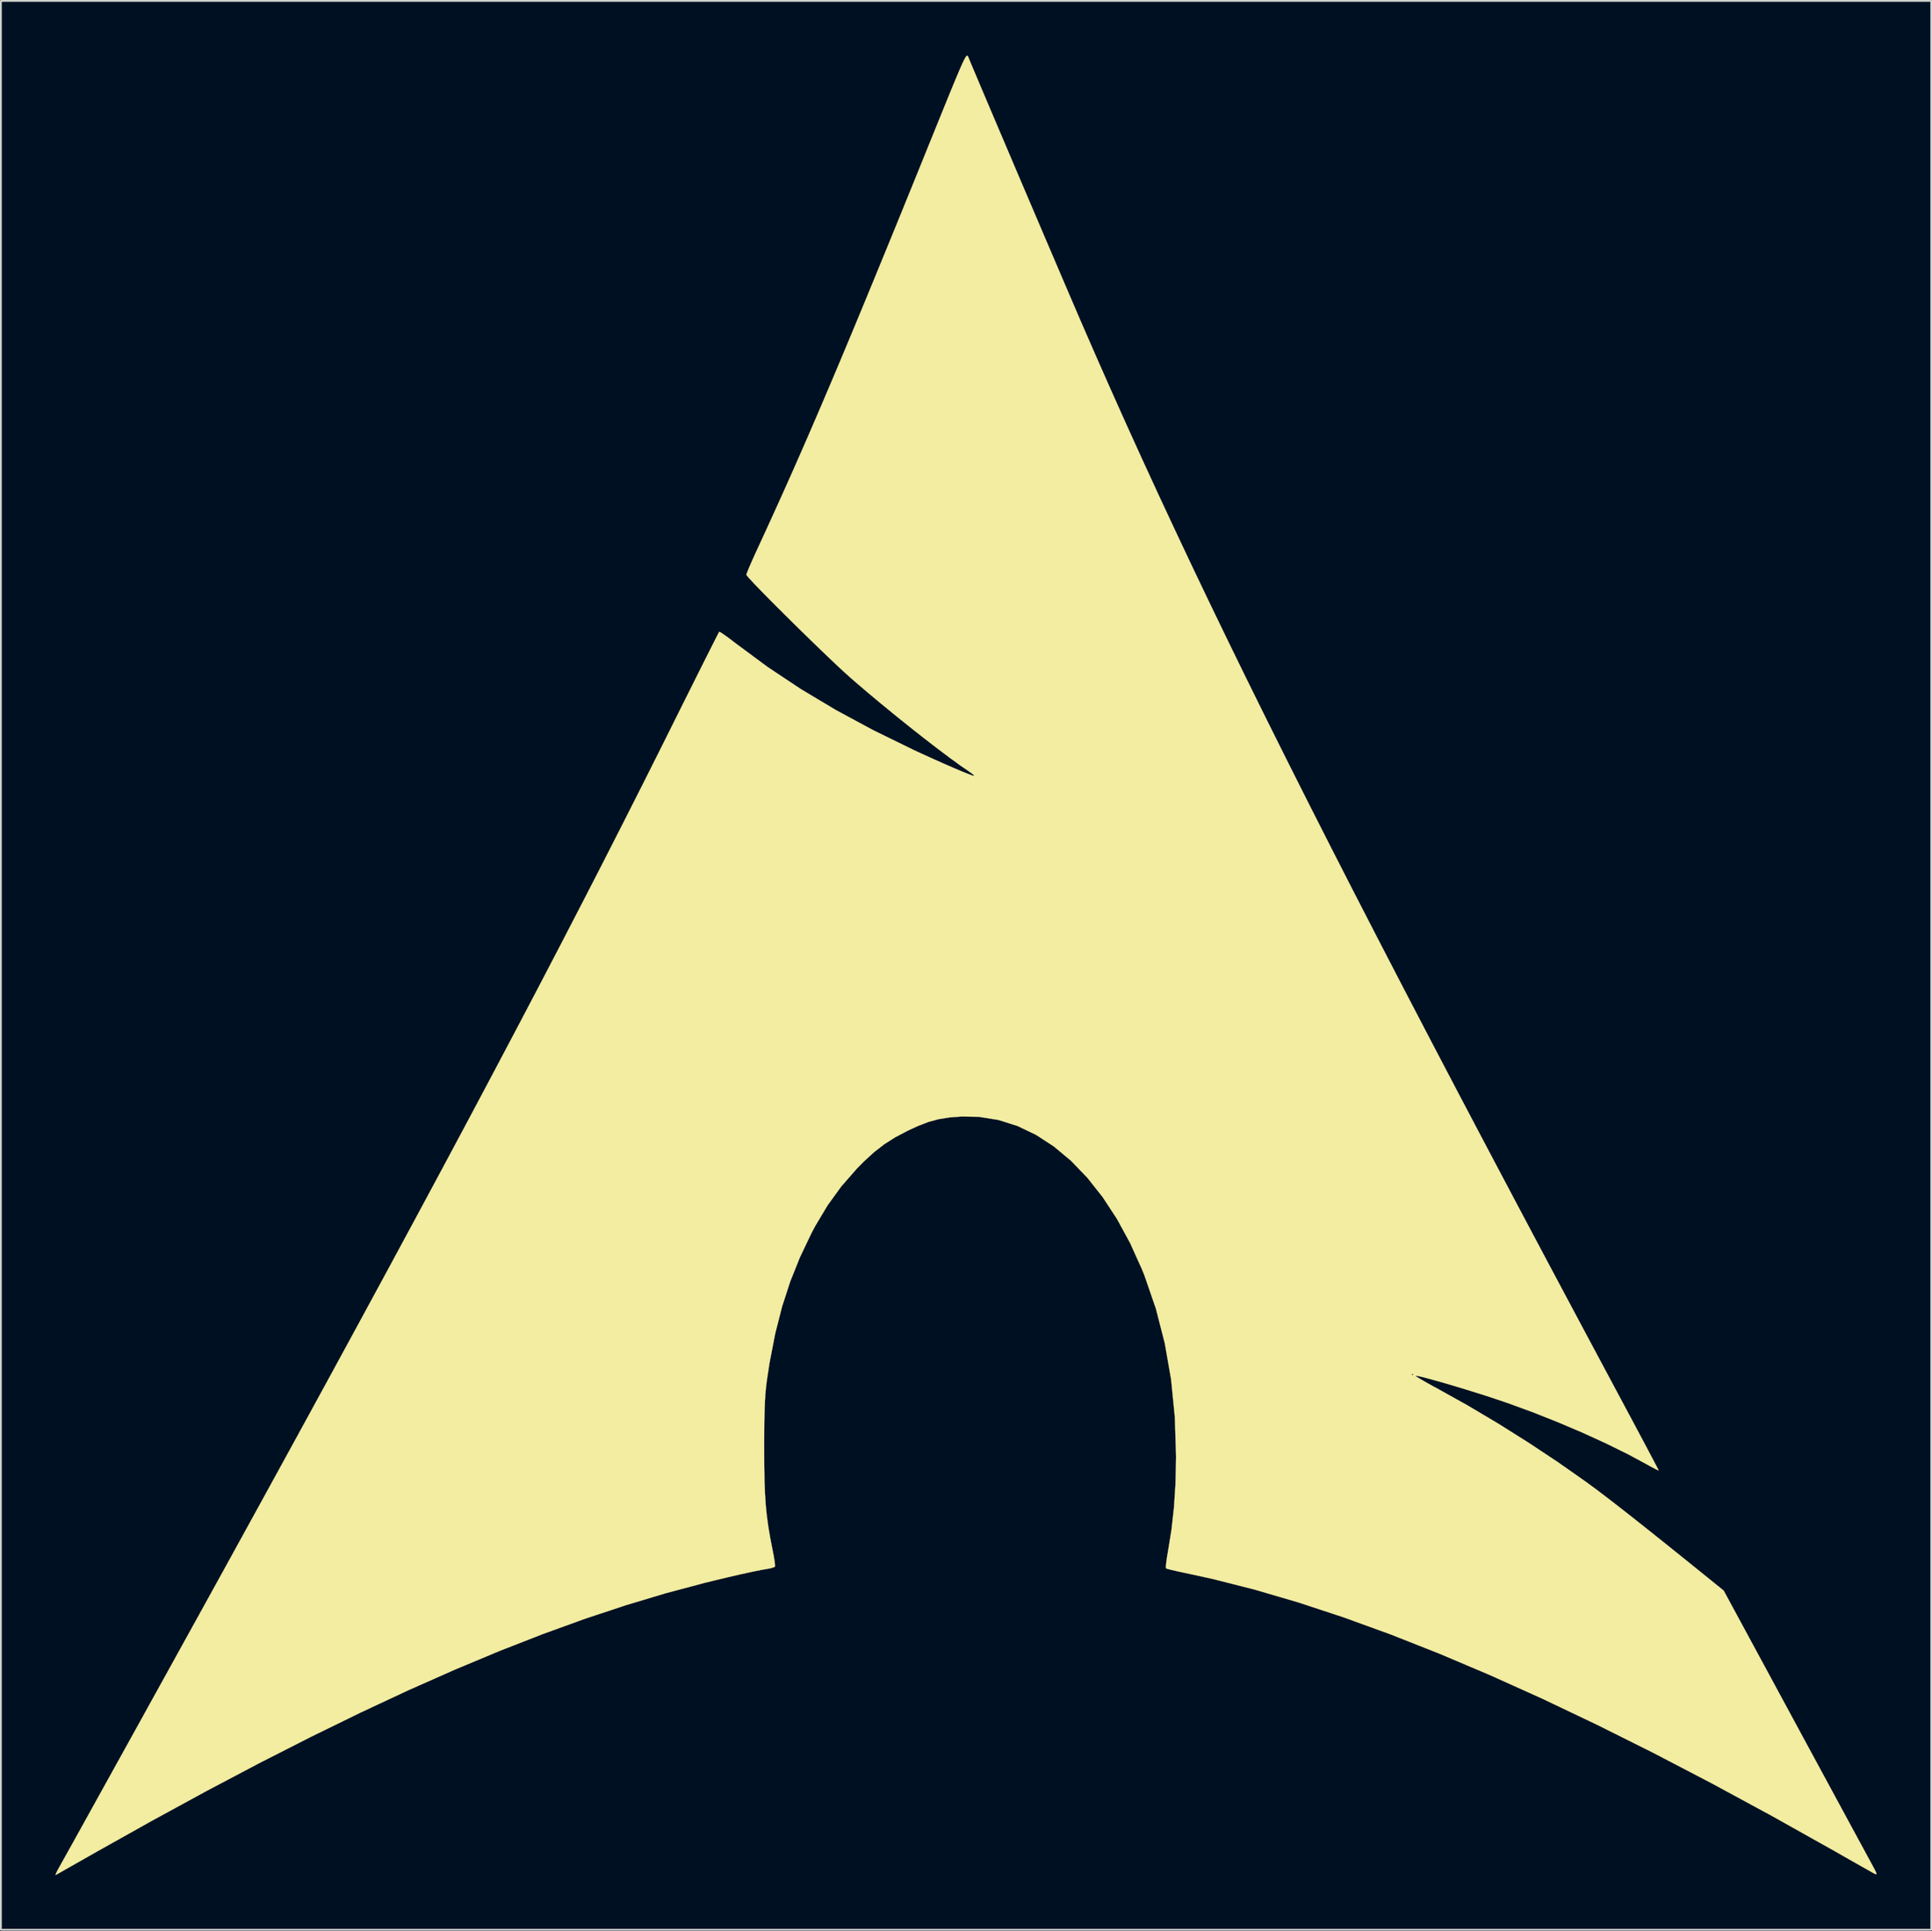
<source format=kicad_pcb>
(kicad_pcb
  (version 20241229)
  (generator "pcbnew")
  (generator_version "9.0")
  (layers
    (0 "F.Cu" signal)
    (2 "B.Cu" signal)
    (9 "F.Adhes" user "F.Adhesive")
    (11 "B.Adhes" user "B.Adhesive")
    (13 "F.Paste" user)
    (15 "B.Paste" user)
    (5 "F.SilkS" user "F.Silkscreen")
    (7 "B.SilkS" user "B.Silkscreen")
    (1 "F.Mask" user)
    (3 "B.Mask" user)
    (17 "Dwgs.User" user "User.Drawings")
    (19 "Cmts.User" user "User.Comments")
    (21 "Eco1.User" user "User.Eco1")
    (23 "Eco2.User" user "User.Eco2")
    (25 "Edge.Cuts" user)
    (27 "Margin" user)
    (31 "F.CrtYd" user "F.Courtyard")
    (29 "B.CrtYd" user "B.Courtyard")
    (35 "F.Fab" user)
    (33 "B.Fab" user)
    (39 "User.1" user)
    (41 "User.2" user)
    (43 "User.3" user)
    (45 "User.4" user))
  (footprint "arch"
    (layer "F.Cu")
    (at 50.335 50.295)
    (property "Reference" "arch" (at 0 0 0) (layer "F.SilkS") (effects (font (size 1.524 1.524) (thickness 0.3))))
    (attr through_hole)
    (fp_poly (pts (xy -0.307 -50.273) (xy -0.282 -50.23) (xy -0.267 -50.193) (xy -0.174 -49.969) (xy -0.021 -49.603) (xy 0.187 -49.111) (xy 0.442 -48.507) (xy 0.74 -47.805) (xy 1.073 -47.02) (xy 1.435 -46.167) (xy 1.821 -45.261) (xy 2.223 -44.315) (xy 2.636 -43.344) (xy 3.054 -42.363) (xy 3.471 -41.387) (xy 3.879 -40.429) (xy 4.274 -39.505) (xy 4.648 -38.629) (xy 4.996 -37.816) (xy 5.311 -37.08) (xy 5.588 -36.436) (xy 5.819 -35.898) (xy 5.947 -35.602) (xy 6.748 -33.765) (xy 7.563 -31.92) (xy 8.396 -30.06) (xy 9.25 -28.18) (xy 10.127 -26.273) (xy 11.031 -24.334) (xy 11.964 -22.356) (xy 12.93 -20.334) (xy 13.932 -18.261) (xy 14.972 -16.132) (xy 16.054 -13.941) (xy 17.181 -11.681) (xy 18.355 -9.347) (xy 19.58 -6.932) (xy 20.859 -4.43) (xy 22.195 -1.836) (xy 23.59 0.856) (xy 25.048 3.653) (xy 26.572 6.561) (xy 28.165 9.585) (xy 29.829 12.731) (xy 31.568 16.006) (xy 33.385 19.416) (xy 35.283 22.966) (xy 35.423 23.228) (xy 35.831 23.992) (xy 36.215 24.709) (xy 36.565 25.368) (xy 36.877 25.953) (xy 37.141 26.452) (xy 37.351 26.85) (xy 37.5 27.134) (xy 37.58 27.29) (xy 37.592 27.316) (xy 37.524 27.295) (xy 37.344 27.205) (xy 37.086 27.065) (xy 36.978 27.004) (xy 35.915 26.431) (xy 34.72 25.842) (xy 33.431 25.252) (xy 32.082 24.678) (xy 30.71 24.133) (xy 29.349 23.634) (xy 28.363 23.301) (xy 27.736 23.1) (xy 27.102 22.903) (xy 26.483 22.715) (xy 25.899 22.542) (xy 25.371 22.391) (xy 24.921 22.267) (xy 24.57 22.177) (xy 24.339 22.126) (xy 24.248 22.121) (xy 24.307 22.171) (xy 24.492 22.287) (xy 24.781 22.455) (xy 25.152 22.662) (xy 25.546 22.877) (xy 27.135 23.764) (xy 28.782 24.743) (xy 30.437 25.784) (xy 32.05 26.853) (xy 33.57 27.919) (xy 34.121 28.323) (xy 34.646 28.72) (xy 35.297 29.222) (xy 36.071 29.828) (xy 36.963 30.535) (xy 37.97 31.338) (xy 39.088 32.237) (xy 40.285 33.203) (xy 41.158 33.909) (xy 45.028 41.063) (xy 45.588 42.099) (xy 46.132 43.103) (xy 46.653 44.065) (xy 47.144 44.973) (xy 47.6 45.815) (xy 48.014 46.58) (xy 48.381 47.257) (xy 48.693 47.833) (xy 48.946 48.298) (xy 49.131 48.64) (xy 49.245 48.848) (xy 49.262 48.88) (xy 49.429 49.19) (xy 49.519 49.377) (xy 49.537 49.461) (xy 49.49 49.466) (xy 49.43 49.438) (xy 49.306 49.37) (xy 49.057 49.229) (xy 48.703 49.029) (xy 48.265 48.781) (xy 47.766 48.497) (xy 47.225 48.189) (xy 47.202 48.176) (xy 43.785 46.26) (xy 40.479 44.469) (xy 37.283 42.802) (xy 34.194 41.26) (xy 31.211 39.839) (xy 28.331 38.541) (xy 25.553 37.364) (xy 22.875 36.307) (xy 20.294 35.37) (xy 17.81 34.552) (xy 15.419 33.851) (xy 13.121 33.268) (xy 11.557 32.927) (xy 11.179 32.847) (xy 10.865 32.775) (xy 10.649 32.718) (xy 10.571 32.689) (xy 10.563 32.59) (xy 10.584 32.362) (xy 10.629 32.044) (xy 10.673 31.792) (xy 10.871 30.566) (xy 11.008 29.339) (xy 11.09 28.059) (xy 11.12 26.673) (xy 11.121 26.543) (xy 11.054 24.386) (xy 10.849 22.321) (xy 10.802 22.056) (xy 24.045 22.056) (xy 24.088 22.098) (xy 24.13 22.056) (xy 24.088 22.013) (xy 24.045 22.056) (xy 10.802 22.056) (xy 10.503 20.343) (xy 10.016 18.445) (xy 9.388 16.624) (xy 9.258 16.3) (xy 8.603 14.848) (xy 7.88 13.521) (xy 7.095 12.323) (xy 6.253 11.258) (xy 5.359 10.33) (xy 4.419 9.545) (xy 3.437 8.907) (xy 2.419 8.42) (xy 1.371 8.089) (xy 0.297 7.918) (xy -0.635 7.902) (xy -1.314 7.953) (xy -1.902 8.048) (xy -2.46 8.199) (xy -3.044 8.425) (xy -3.598 8.681) (xy -4.283 9.042) (xy -4.885 9.424) (xy -5.449 9.862) (xy -6.024 10.391) (xy -6.401 10.776) (xy -7.242 11.738) (xy -7.989 12.77) (xy -8.673 13.914) (xy -8.883 14.311) (xy -9.511 15.628) (xy -10.045 16.963) (xy -10.493 18.346) (xy -10.865 19.809) (xy -11.171 21.385) (xy -11.32 22.352) (xy -11.367 22.724) (xy -11.403 23.119) (xy -11.431 23.562) (xy -11.45 24.079) (xy -11.463 24.696) (xy -11.469 25.437) (xy -11.471 26.077) (xy -11.467 27.028) (xy -11.454 27.842) (xy -11.428 28.552) (xy -11.387 29.189) (xy -11.327 29.787) (xy -11.247 30.376) (xy -11.144 30.99) (xy -11.014 31.662) (xy -10.999 31.737) (xy -10.933 32.086) (xy -10.89 32.371) (xy -10.874 32.553) (xy -10.879 32.595) (xy -10.98 32.646) (xy -11.191 32.699) (xy -11.323 32.722) (xy -11.671 32.783) (xy -12.155 32.882) (xy -12.751 33.012) (xy -13.432 33.169) (xy -14.171 33.346) (xy -14.774 33.495) (xy -16.891 34.06) (xy -19.065 34.713) (xy -21.3 35.455) (xy -23.602 36.289) (xy -25.977 37.217) (xy -28.43 38.242) (xy -30.968 39.367) (xy -33.595 40.594) (xy -36.317 41.925) (xy -39.14 43.362) (xy -42.07 44.909) (xy -45.111 46.568) (xy -48.091 48.239) (xy -48.642 48.552) (xy -49.147 48.839) (xy -49.586 49.088) (xy -49.94 49.29) (xy -50.19 49.432) (xy -50.317 49.505) (xy -50.327 49.511) (xy -50.33 49.47) (xy -50.262 49.316) (xy -50.145 49.099) (xy -50.025 48.885) (xy -49.83 48.535) (xy -49.566 48.061) (xy -49.24 47.475) (xy -48.859 46.789) (xy -48.43 46.015) (xy -47.96 45.165) (xy -47.454 44.252) (xy -46.92 43.288) (xy -46.364 42.284) (xy -45.793 41.253) (xy -45.215 40.206) (xy -44.634 39.157) (xy -44.059 38.117) (xy -43.496 37.097) (xy -42.951 36.111) (xy -42.431 35.17) (xy -41.943 34.286) (xy -41.494 33.472) (xy -41.091 32.74) (xy -40.895 32.385) (xy -38.991 28.921) (xy -37.168 25.596) (xy -35.423 22.402) (xy -33.753 19.333) (xy -32.153 16.382) (xy -30.619 13.541) (xy -29.148 10.804) (xy -27.736 8.162) (xy -26.379 5.609) (xy -25.073 3.138) (xy -23.815 0.742) (xy -22.601 -1.587) (xy -21.427 -3.856) (xy -20.288 -6.072) (xy -19.183 -8.242) (xy -18.105 -10.373) (xy -17.053 -12.472) (xy -16.671 -13.239) (xy -16.227 -14.13) (xy -15.804 -14.977) (xy -15.409 -15.767) (xy -15.049 -16.489) (xy -14.728 -17.129) (xy -14.453 -17.675) (xy -14.231 -18.116) (xy -14.067 -18.44) (xy -13.967 -18.634) (xy -13.938 -18.687) (xy -13.86 -18.654) (xy -13.675 -18.532) (xy -13.408 -18.34) (xy -13.085 -18.095) (xy -12.98 -18.014) (xy -11.28 -16.755) (xy -9.473 -15.553) (xy -7.545 -14.399) (xy -5.482 -13.286) (xy -3.268 -12.203) (xy -2.836 -12.003) (xy -2.19 -11.709) (xy -1.593 -11.443) (xy -1.062 -11.212) (xy -0.614 -11.022) (xy -0.267 -10.882) (xy -0.038 -10.798) (xy 0.055 -10.779) (xy 0.055 -10.78) (xy 0.011 -10.84) (xy -0.139 -10.959) (xy -0.267 -11.048) (xy -0.748 -11.379) (xy -1.333 -11.806) (xy -2.001 -12.309) (xy -2.73 -12.872) (xy -3.497 -13.477) (xy -4.281 -14.107) (xy -5.06 -14.745) (xy -5.811 -15.372) (xy -6.512 -15.972) (xy -6.731 -16.163) (xy -7.033 -16.434) (xy -7.408 -16.781) (xy -7.842 -17.191) (xy -8.319 -17.648) (xy -8.827 -18.139) (xy -9.351 -18.65) (xy -9.877 -19.166) (xy -10.39 -19.674) (xy -10.877 -20.16) (xy -11.323 -20.61) (xy -11.713 -21.009) (xy -12.035 -21.344) (xy -12.273 -21.6) (xy -12.413 -21.763) (xy -12.446 -21.816) (xy -12.412 -21.927) (xy -12.318 -22.162) (xy -12.176 -22.492) (xy -11.998 -22.889) (xy -11.886 -23.133) (xy -11.381 -24.228) (xy -10.885 -25.316) (xy -10.392 -26.408) (xy -9.898 -27.515) (xy -9.399 -28.648) (xy -8.889 -29.819) (xy -8.364 -31.039) (xy -7.819 -32.318) (xy -7.249 -33.669) (xy -6.65 -35.101) (xy -6.017 -36.627) (xy -5.346 -38.257) (xy -4.63 -40.003) (xy -3.866 -41.875) (xy -3.05 -43.885) (xy -2.364 -45.579) (xy -1.96 -46.576) (xy -1.615 -47.427) (xy -1.324 -48.142) (xy -1.081 -48.733) (xy -0.882 -49.21) (xy -0.723 -49.584) (xy -0.597 -49.867) (xy -0.5 -50.067) (xy -0.428 -50.198) (xy -0.375 -50.268) (xy -0.336 -50.29) (xy -0.307 -50.273)) (stroke (width 0.01) (type solid)) (fill yes) (layer "F.SilkS")))
  (gr_rect
    (start -3 -3)
    (end 102.877 102.811)
    (stroke (width 0.1) (type default))
    (fill no)
    (layer "Edge.Cuts")))
</source>
